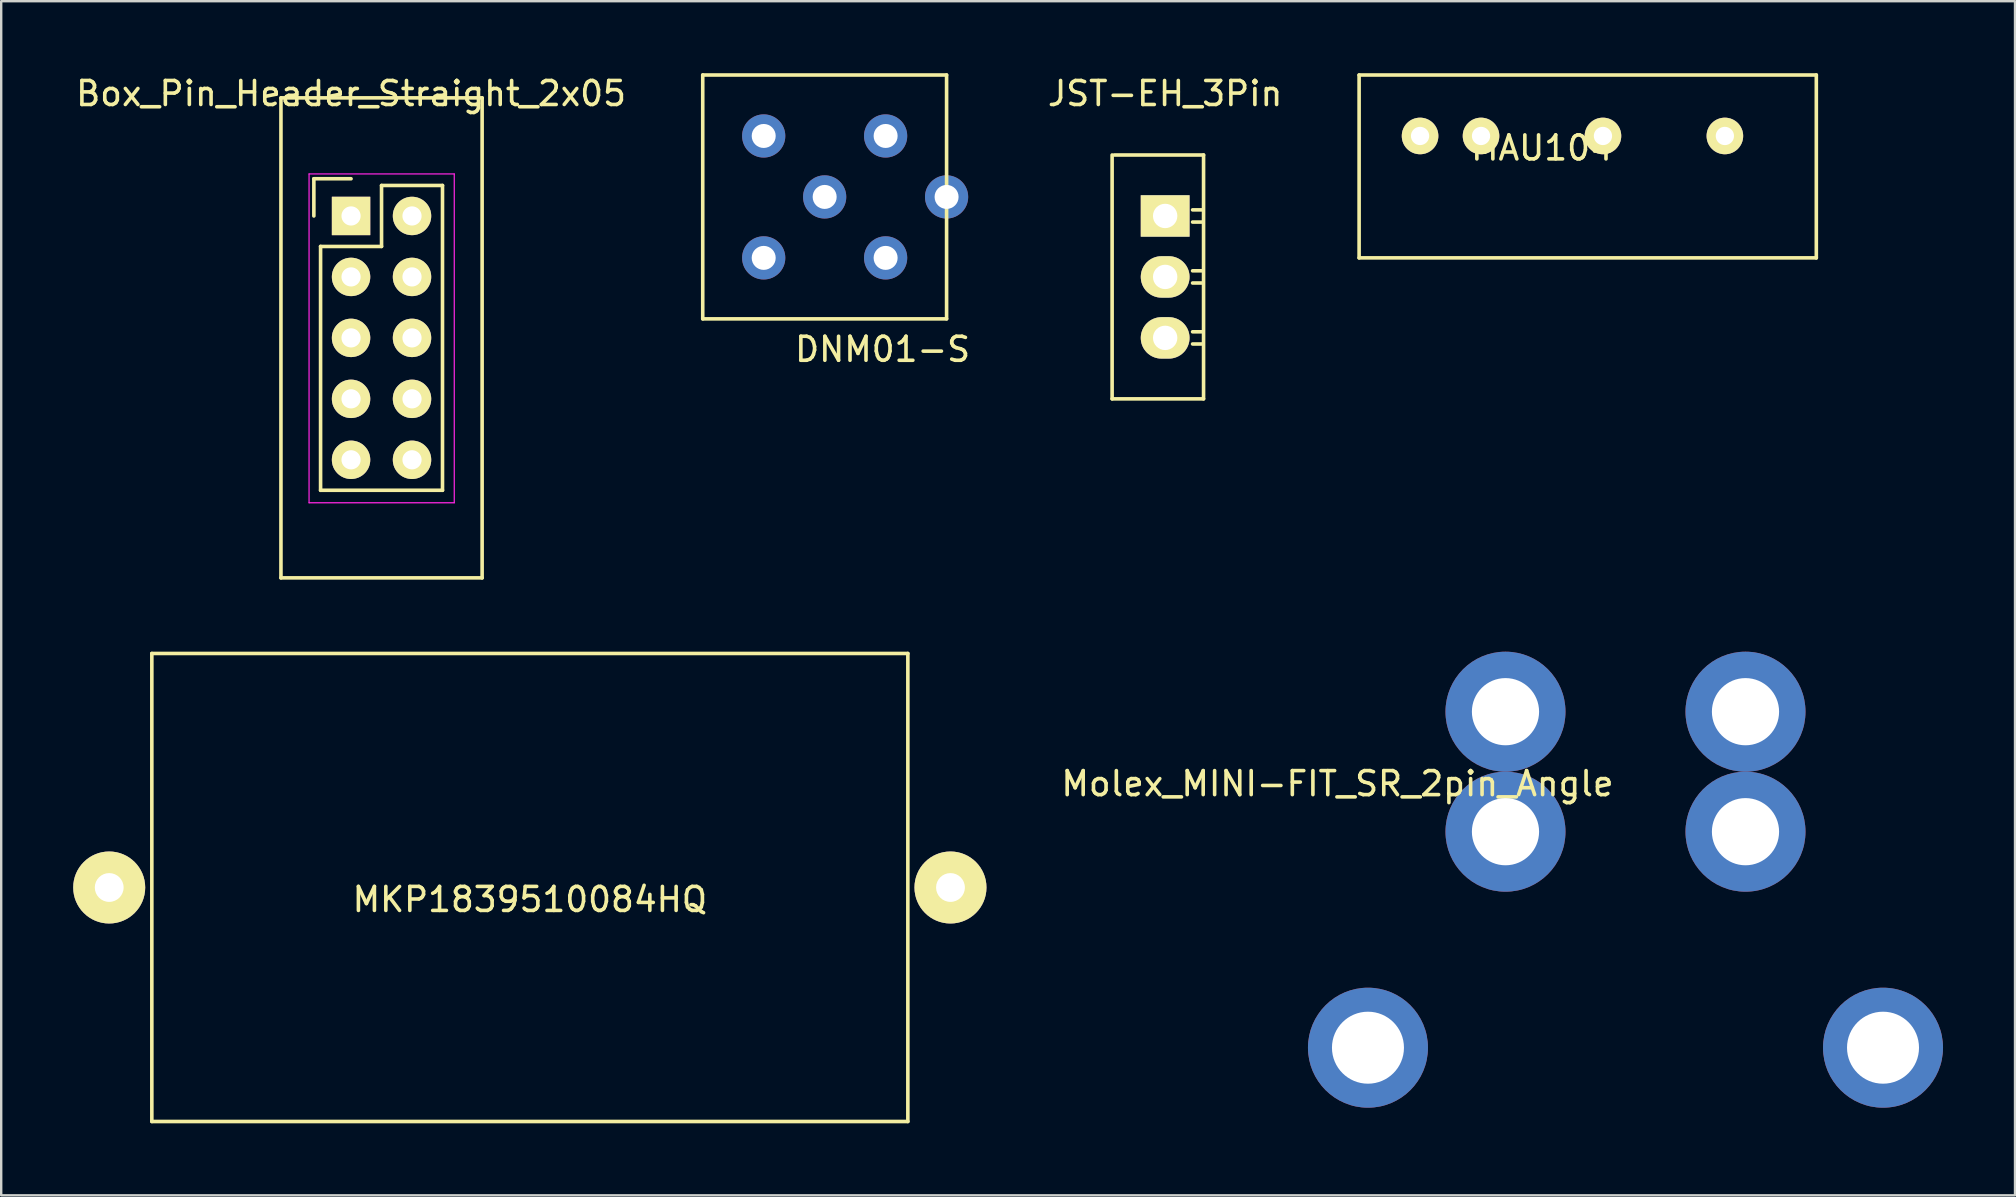
<source format=kicad_pcb>
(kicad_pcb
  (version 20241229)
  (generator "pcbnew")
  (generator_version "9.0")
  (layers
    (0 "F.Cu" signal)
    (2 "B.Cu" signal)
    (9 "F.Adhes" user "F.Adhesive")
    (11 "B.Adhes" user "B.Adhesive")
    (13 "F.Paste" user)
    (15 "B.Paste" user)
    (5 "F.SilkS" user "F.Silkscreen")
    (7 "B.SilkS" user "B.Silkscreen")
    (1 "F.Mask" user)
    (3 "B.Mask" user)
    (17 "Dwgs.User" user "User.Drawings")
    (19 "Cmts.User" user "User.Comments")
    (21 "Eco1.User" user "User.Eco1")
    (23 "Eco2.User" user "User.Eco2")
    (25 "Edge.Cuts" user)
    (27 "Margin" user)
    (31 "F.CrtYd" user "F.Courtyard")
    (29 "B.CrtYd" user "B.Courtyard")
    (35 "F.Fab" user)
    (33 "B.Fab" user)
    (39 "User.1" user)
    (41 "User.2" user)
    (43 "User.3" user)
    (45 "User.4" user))
  (footprint "MAU104"
    (layer "F.Cu")
    (at 61.198 2.615)
    (property "Reference" "MAU104" (at 0 0.5 0) (layer "F.SilkS") (effects (font (size 1 1) (thickness 0.15))))
    (attr through_hole)
    (fp_line (start -7.62 -2.54) (end -7.62 5.08) (stroke (width 0.15) (type solid)) (layer "F.SilkS"))
    (fp_line (start -7.62 5.08) (end 11.43 5.08) (stroke (width 0.15) (type solid)) (layer "F.SilkS"))
    (fp_line (start 11.43 -2.54) (end -7.62 -2.54) (stroke (width 0.15) (type solid)) (layer "F.SilkS"))
    (fp_line (start 11.43 5.08) (end 11.43 -2.54) (stroke (width 0.15) (type solid)) (layer "F.SilkS"))
    (pad "1" thru_hole circle (at -5.08 0) (size 1.524 1.524) (drill 0.762) (layers "*.Cu" "*.Mask" "F.SilkS"))
    (pad "2" thru_hole circle (at -2.54 0) (size 1.524 1.524) (drill 0.762) (layers "*.Cu" "*.Mask" "F.SilkS"))
    (pad "4" thru_hole circle (at 2.54 0) (size 1.524 1.524) (drill 0.762) (layers "*.Cu" "*.Mask" "F.SilkS"))
    (pad "6" thru_hole circle (at 7.62 0) (size 1.524 1.524) (drill 0.762) (layers "*.Cu" "*.Mask" "F.SilkS")))
  (footprint "JST-EH_3Pin"
    (layer "F.Cu")
    (at 45.497 5.948)
    (property "Reference" "JST-EH_3Pin" (at 0 -5.1 0) (layer "F.SilkS") (effects (font (size 1 1) (thickness 0.15))))
    (attr through_hole)
    (fp_line (start -2.21 7.62) (end -2.21 -2.54) (stroke (width 0.15) (type solid)) (layer "F.SilkS"))
    (fp_line (start -2.12 -2.54) (end 1.6 -2.54) (stroke (width 0.15) (type solid)) (layer "F.SilkS"))
    (fp_line (start 1.524 -0.254) (end 1.143 -0.254) (stroke (width 0.15) (type solid)) (layer "F.SilkS"))
    (fp_line (start 1.524 0.254) (end 1.143 0.254) (stroke (width 0.15) (type solid)) (layer "F.SilkS"))
    (fp_line (start 1.524 2.286) (end 1.143 2.286) (stroke (width 0.15) (type solid)) (layer "F.SilkS"))
    (fp_line (start 1.524 2.794) (end 1.143 2.794) (stroke (width 0.15) (type solid)) (layer "F.SilkS"))
    (fp_line (start 1.524 4.826) (end 1.143 4.826) (stroke (width 0.15) (type solid)) (layer "F.SilkS"))
    (fp_line (start 1.524 5.334) (end 1.143 5.334) (stroke (width 0.15) (type solid)) (layer "F.SilkS"))
    (fp_line (start 1.6 -2.54) (end 1.6 7.62) (stroke (width 0.15) (type solid)) (layer "F.SilkS"))
    (fp_line (start 1.6 7.62) (end -2.21 7.62) (stroke (width 0.15) (type solid)) (layer "F.SilkS"))
    (pad "1" thru_hole rect (at 0 0) (size 2.032 1.727) (drill 1.016) (layers "*.Cu" "*.Mask" "F.SilkS"))
    (pad "2" thru_hole oval (at 0 2.54) (size 2.032 1.727) (drill 1.016) (layers "*.Cu" "*.Mask" "F.SilkS"))
    (pad "3" thru_hole oval (at 0 5.08) (size 2.032 1.727) (drill 1.016) (layers "*.Cu" "*.Mask" "F.SilkS")))
  (footprint "MKP1839510084HQ"
    (layer "F.Cu")
    (at 19.026 33.928)
    (property "Reference" "MKP1839510084HQ" (at 0 0.5 0) (layer "F.SilkS") (effects (font (size 1 1) (thickness 0.15))))
    (attr through_hole)
    (fp_line (start -15.75 9.75) (end -15.75 -9.75) (stroke (width 0.15) (type solid)) (layer "F.SilkS"))
    (fp_line (start -15.75 9.75) (end 15.75 9.75) (stroke (width 0.15) (type solid)) (layer "F.SilkS"))
    (fp_line (start 15.75 -9.75) (end -15.75 -9.75) (stroke (width 0.15) (type solid)) (layer "F.SilkS"))
    (fp_line (start 15.75 9.75) (end 15.75 -9.75) (stroke (width 0.15) (type solid)) (layer "F.SilkS"))
    (pad "1" thru_hole circle (at 17.526 0) (size 3 3) (drill 1.2) (layers "*.Cu" "*.Mask" "F.SilkS"))
    (pad "2" thru_hole circle (at -17.526 0) (size 3 3) (drill 1.2) (layers "*.Cu" "*.Mask" "F.SilkS")))
  (footprint "DNM01-S"
    (layer "F.Cu")
    (at 31.31 5.155)
    (property "Reference" "DNM01-S" (at 2.413 6.35 0) (layer "F.SilkS") (effects (font (size 1 1) (thickness 0.15))))
    (attr through_hole)
    (fp_line (start -5.08 -5.08) (end -5.08 5.08) (stroke (width 0.15) (type solid)) (layer "F.SilkS"))
    (fp_line (start -5.08 5.08) (end 5.08 5.08) (stroke (width 0.15) (type solid)) (layer "F.SilkS"))
    (fp_line (start 5.08 -5.08) (end -5.08 -5.08) (stroke (width 0.15) (type solid)) (layer "F.SilkS"))
    (fp_line (start 5.08 5.08) (end 5.08 -5.08) (stroke (width 0.15) (type solid)) (layer "F.SilkS"))
    (pad "1" thru_hole circle (at 2.54 -2.54) (size 1.8 1.8) (drill 1) (layers "*.Cu" "*.Mask"))
    (pad "2" thru_hole circle (at 5.08 0) (size 1.8 1.8) (drill 1) (layers "*.Cu" "*.Mask"))
    (pad "3" thru_hole circle (at -2.54 -2.54) (size 1.8 1.8) (drill 1) (layers "*.Cu" "*.Mask"))
    (pad "4" thru_hole circle (at 2.54 2.54) (size 1.8 1.8) (drill 1) (layers "*.Cu" "*.Mask"))
    (pad "5" thru_hole circle (at 0 0) (size 1.8 1.8) (drill 1) (layers "*.Cu" "*.Mask"))
    (pad "6" thru_hole circle (at -2.54 2.54) (size 1.8 1.8) (drill 1) (layers "*.Cu" "*.Mask")))
  (footprint "Molex_MINI-FIT_SR_2pin_Angle"
    (layer "F.Cu")
    (at 64.677 29.103)
    (property "Reference" "Molex_MINI-FIT_SR_2pin_Angle" (at -12 0.5 0) (layer "F.SilkS") (effects (font (size 1 1) (thickness 0.15))))
    (attr through_hole)
    (pad "1" thru_hole circle (at -5 -2.5) (size 5 5) (drill 2.8) (layers "*.Cu" "*.Mask"))
    (pad "1" thru_hole circle (at -5 2.5) (size 5 5) (drill 2.8) (layers "*.Cu" "*.Mask"))
    (pad "2" thru_hole circle (at 5 -2.5) (size 5 5) (drill 2.8) (layers "*.Cu" "*.Mask"))
    (pad "2" thru_hole circle (at 5 2.5) (size 5 5) (drill 2.8) (layers "*.Cu" "*.Mask"))
    (pad "3" thru_hole circle (at -10.73 11.5) (size 5 5) (drill 3) (layers "*.Cu" "*.Mask"))
    (pad "3" thru_hole circle (at 10.73 11.5) (size 5 5) (drill 3) (layers "*.Cu" "*.Mask")))
  (footprint "Box_Pin_Header_Straight_2x05"
    (layer "F.Cu")
    (at 11.577 5.948)
    (property "Reference" "Box_Pin_Header_Straight_2x05" (at 0 -5.1 0) (layer "F.SilkS") (effects (font (size 1 1) (thickness 0.15))))
    (attr through_hole)
    (fp_line (start -2.921 -4.92) (end 5.461 -4.92) (stroke (width 0.15) (type solid)) (layer "F.SilkS"))
    (fp_line (start -2.921 15.08) (end -2.921 -4.92) (stroke (width 0.15) (type solid)) (layer "F.SilkS"))
    (fp_line (start -1.55 -1.55) (end -1.55 0) (stroke (width 0.15) (type solid)) (layer "F.SilkS"))
    (fp_line (start -1.27 11.43) (end -1.27 1.27) (stroke (width 0.15) (type solid)) (layer "F.SilkS"))
    (fp_line (start 0 -1.55) (end -1.55 -1.55) (stroke (width 0.15) (type solid)) (layer "F.SilkS"))
    (fp_line (start 1.27 -1.27) (end 1.27 1.27) (stroke (width 0.15) (type solid)) (layer "F.SilkS"))
    (fp_line (start 1.27 1.27) (end -1.27 1.27) (stroke (width 0.15) (type solid)) (layer "F.SilkS"))
    (fp_line (start 3.81 -1.27) (end 1.27 -1.27) (stroke (width 0.15) (type solid)) (layer "F.SilkS"))
    (fp_line (start 3.81 -1.27) (end 3.81 11.43) (stroke (width 0.15) (type solid)) (layer "F.SilkS"))
    (fp_line (start 3.81 11.43) (end -1.27 11.43) (stroke (width 0.15) (type solid)) (layer "F.SilkS"))
    (fp_line (start 5.461 -4.92) (end 5.461 15.08) (stroke (width 0.15) (type solid)) (layer "F.SilkS"))
    (fp_line (start 5.461 15.08) (end -2.921 15.08) (stroke (width 0.15) (type solid)) (layer "F.SilkS"))
    (fp_line (start -1.75 -1.75) (end -1.75 11.95) (stroke (width 0.05) (type solid)) (layer "F.CrtYd"))
    (fp_line (start -1.75 -1.75) (end 4.3 -1.75) (stroke (width 0.05) (type solid)) (layer "F.CrtYd"))
    (fp_line (start -1.75 11.95) (end 4.3 11.95) (stroke (width 0.05) (type solid)) (layer "F.CrtYd"))
    (fp_line (start 4.3 -1.75) (end 4.3 11.95) (stroke (width 0.05) (type solid)) (layer "F.CrtYd"))
    (pad "1" thru_hole rect (at 0 0) (size 1.6 1.6) (drill 0.8) (layers "*.Cu" "*.Mask" "F.SilkS"))
    (pad "2" thru_hole oval (at 2.54 0) (size 1.6 1.6) (drill 0.8) (layers "*.Cu" "*.Mask" "F.SilkS"))
    (pad "3" thru_hole oval (at 0 2.54) (size 1.6 1.6) (drill 0.8) (layers "*.Cu" "*.Mask" "F.SilkS"))
    (pad "4" thru_hole oval (at 2.54 2.54) (size 1.6 1.6) (drill 0.8) (layers "*.Cu" "*.Mask" "F.SilkS"))
    (pad "5" thru_hole oval (at 0 5.08) (size 1.6 1.6) (drill 0.8) (layers "*.Cu" "*.Mask" "F.SilkS"))
    (pad "6" thru_hole oval (at 2.54 5.08) (size 1.6 1.6) (drill 0.8) (layers "*.Cu" "*.Mask" "F.SilkS"))
    (pad "7" thru_hole oval (at 0 7.62) (size 1.6 1.6) (drill 0.8) (layers "*.Cu" "*.Mask" "F.SilkS"))
    (pad "8" thru_hole oval (at 2.54 7.62) (size 1.6 1.6) (drill 0.8) (layers "*.Cu" "*.Mask" "F.SilkS"))
    (pad "9" thru_hole oval (at 0 10.16) (size 1.6 1.6) (drill 0.8) (layers "*.Cu" "*.Mask" "F.SilkS"))
    (pad "10" thru_hole oval (at 2.54 10.16) (size 1.6 1.6) (drill 0.8) (layers "*.Cu" "*.Mask" "F.SilkS")))
  (gr_rect
    (start -3 -3)
    (end 80.907 46.753)
    (stroke (width 0.1) (type default))
    (fill no)
    (layer "Edge.Cuts")))
</source>
